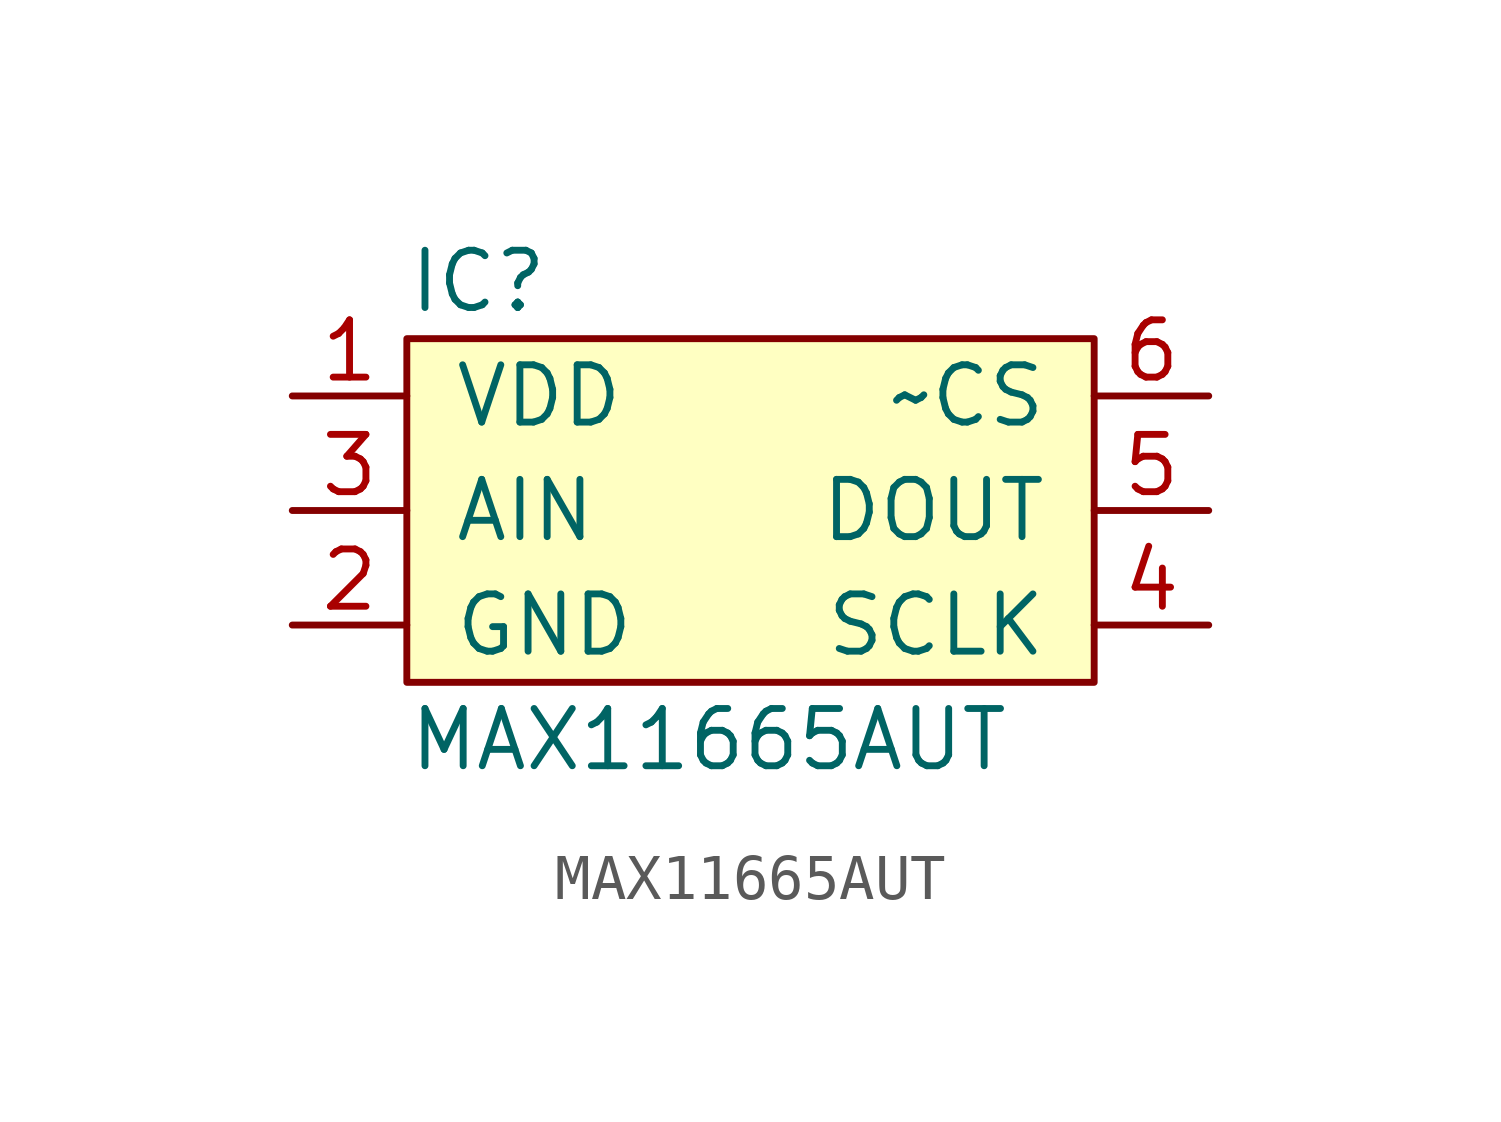
<source format=kicad_sym>
(kicad_symbol_lib
  (version 20211014)
  (generator agg_kicad.build_lib_ic)
  (symbol "MAX11665AUT"
    (pin_names
      (offset 1.016))
    (property Reference IC
      (at -7.62 5.08 0)
      (effects (font (size 1.27 1.27)) (justify left)))
    (property Value "MAX11665AUT"
      (at -7.62 -5.08 0)
      (effects (font (size 1.27 1.27)) (justify left)))
    (symbol "MAX11665AUT_0_0"
      (rectangle (start -7.62 3.81) (end 7.62 -3.81) (stroke (width 0) (type default) (color 0 0 0 0)) (fill (type background)))
      (pin power_in line (at -10.16 2.54 0) (length 2.54) (name VDD (effects (font (size 1.27 1.27)))) (number "1" (effects (font (size 1.27 1.27)))))
      (pin input line (at -10.16 0 0) (length 2.54) (name AIN (effects (font (size 1.27 1.27)))) (number "3" (effects (font (size 1.27 1.27)))))
      (pin power_in line (at -10.16 -2.54 0) (length 2.54) (name GND (effects (font (size 1.27 1.27)))) (number "2" (effects (font (size 1.27 1.27)))))
      (pin input line (at 10.16 2.54 180) (length 2.54) (name "~CS" (effects (font (size 1.27 1.27)))) (number "6" (effects (font (size 1.27 1.27)))))
      (pin output line (at 10.16 0 180) (length 2.54) (name DOUT (effects (font (size 1.27 1.27)))) (number "5" (effects (font (size 1.27 1.27)))))
      (pin input line (at 10.16 -2.54 180) (length 2.54) (name SCLK (effects (font (size 1.27 1.27)))) (number "4" (effects (font (size 1.27 1.27))))))))
</source>
